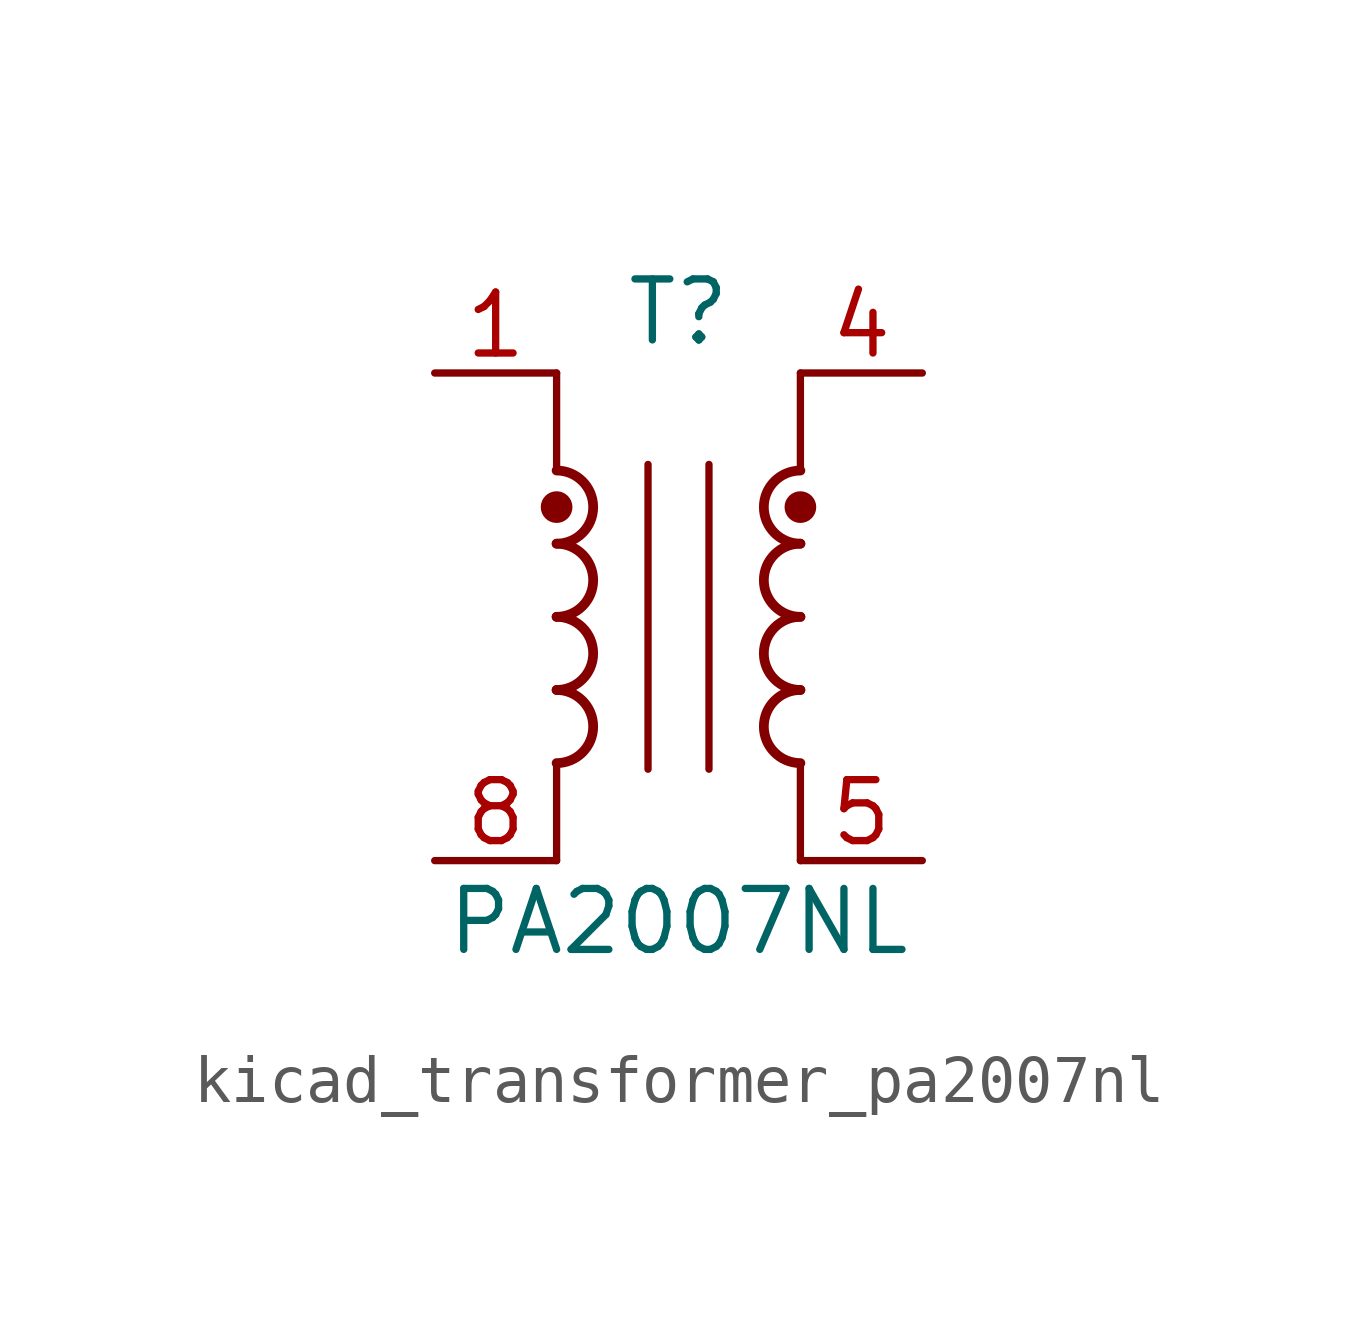
<source format=kicad_sym>
(kicad_symbol_lib
  (version 20220914)
  (generator kicad_symbol_editor)
  (symbol "kicad_transformer_pa2007nl"
    (pin_names hide)
    (property "Reference" "T"
      (at 0 6.35 0)
      (effects (font (size 1.27 1.27))))
    (property "Value" "PA2007NL"
      (at 0 -6.35 0)
      (effects (font (size 1.27 1.27))))
    (symbol "kicad_transformer_pa2007nl_0_1"
      (arc (start -2.54 -3.048) (mid -1.7813 -2.286) (end -2.54 -1.524) (stroke (width 0.2032) (type default)) (fill (type none)))
      (arc (start -2.54 -1.524) (mid -1.7813 -0.762) (end -2.54 0) (stroke (width 0.2032) (type default)) (fill (type none)))
      (arc (start -2.54 0) (mid -1.7813 0.762) (end -2.54 1.524) (stroke (width 0.2032) (type default)) (fill (type none)))
      (circle (center -2.54 2.286) (radius 0.254) (stroke (width 0) (type default)) (fill (type outline)))
      (polyline (pts (xy -2.54 -3.048) (xy -2.54 -5.08)) (stroke (width 0) (type default)) (fill (type none)))
      (polyline (pts (xy -2.54 5.08) (xy -2.54 3.048)) (stroke (width 0) (type default)) (fill (type none)))
      (polyline (pts (xy -0.635 3.175) (xy -0.635 -3.175)) (stroke (width 0) (type default)) (fill (type none)))
      (polyline (pts (xy 0.635 3.175) (xy 0.635 -3.175)) (stroke (width 0) (type default)) (fill (type none)))
      (polyline (pts (xy 2.54 -3.048) (xy 2.54 -5.08)) (stroke (width 0) (type default)) (fill (type none)))
      (polyline (pts (xy 2.54 5.08) (xy 2.54 3.048)) (stroke (width 0) (type default)) (fill (type none)))
      (arc (start 2.54 -1.524) (mid 1.7813 -2.286) (end 2.54 -3.048) (stroke (width 0.2032) (type default)) (fill (type none)))
      (arc (start 2.54 0) (mid 1.7813 -0.762) (end 2.54 -1.524) (stroke (width 0.2032) (type default)) (fill (type none)))
      (arc (start 2.54 1.524) (mid 1.7813 0.762) (end 2.54 0) (stroke (width 0.2032) (type default)) (fill (type none)))
      (circle (center 2.54 2.286) (radius 0.254) (stroke (width 0) (type default)) (fill (type outline)))
      (arc (start 2.54 3.048) (mid 1.7813 2.286) (end 2.54 1.524) (stroke (width 0.2032) (type default)) (fill (type none))))
    (symbol "kicad_transformer_pa2007nl_1_1"
      (arc (start -2.54 1.524) (mid -1.7813 2.286) (end -2.54 3.048) (stroke (width 0.2032) (type default)) (fill (type none)))
      (pin passive line (at -5.08 5.08 0) (length 2.54) (name "~" (effects (font (size 1.27 1.27)))) (number "1" (effects (font (size 1.27 1.27)))))
      (pin passive line (at 5.08 5.08 180) (length 2.54) (name "~" (effects (font (size 1.27 1.27)))) (number "4" (effects (font (size 1.27 1.27)))))
      (pin passive line (at 5.08 -5.08 180) (length 2.54) (name "~" (effects (font (size 1.27 1.27)))) (number "5" (effects (font (size 1.27 1.27)))))
      (pin passive line (at -5.08 -5.08 0) (length 2.54) (name "~" (effects (font (size 1.27 1.27)))) (number "8" (effects (font (size 1.27 1.27))))))))
</source>
